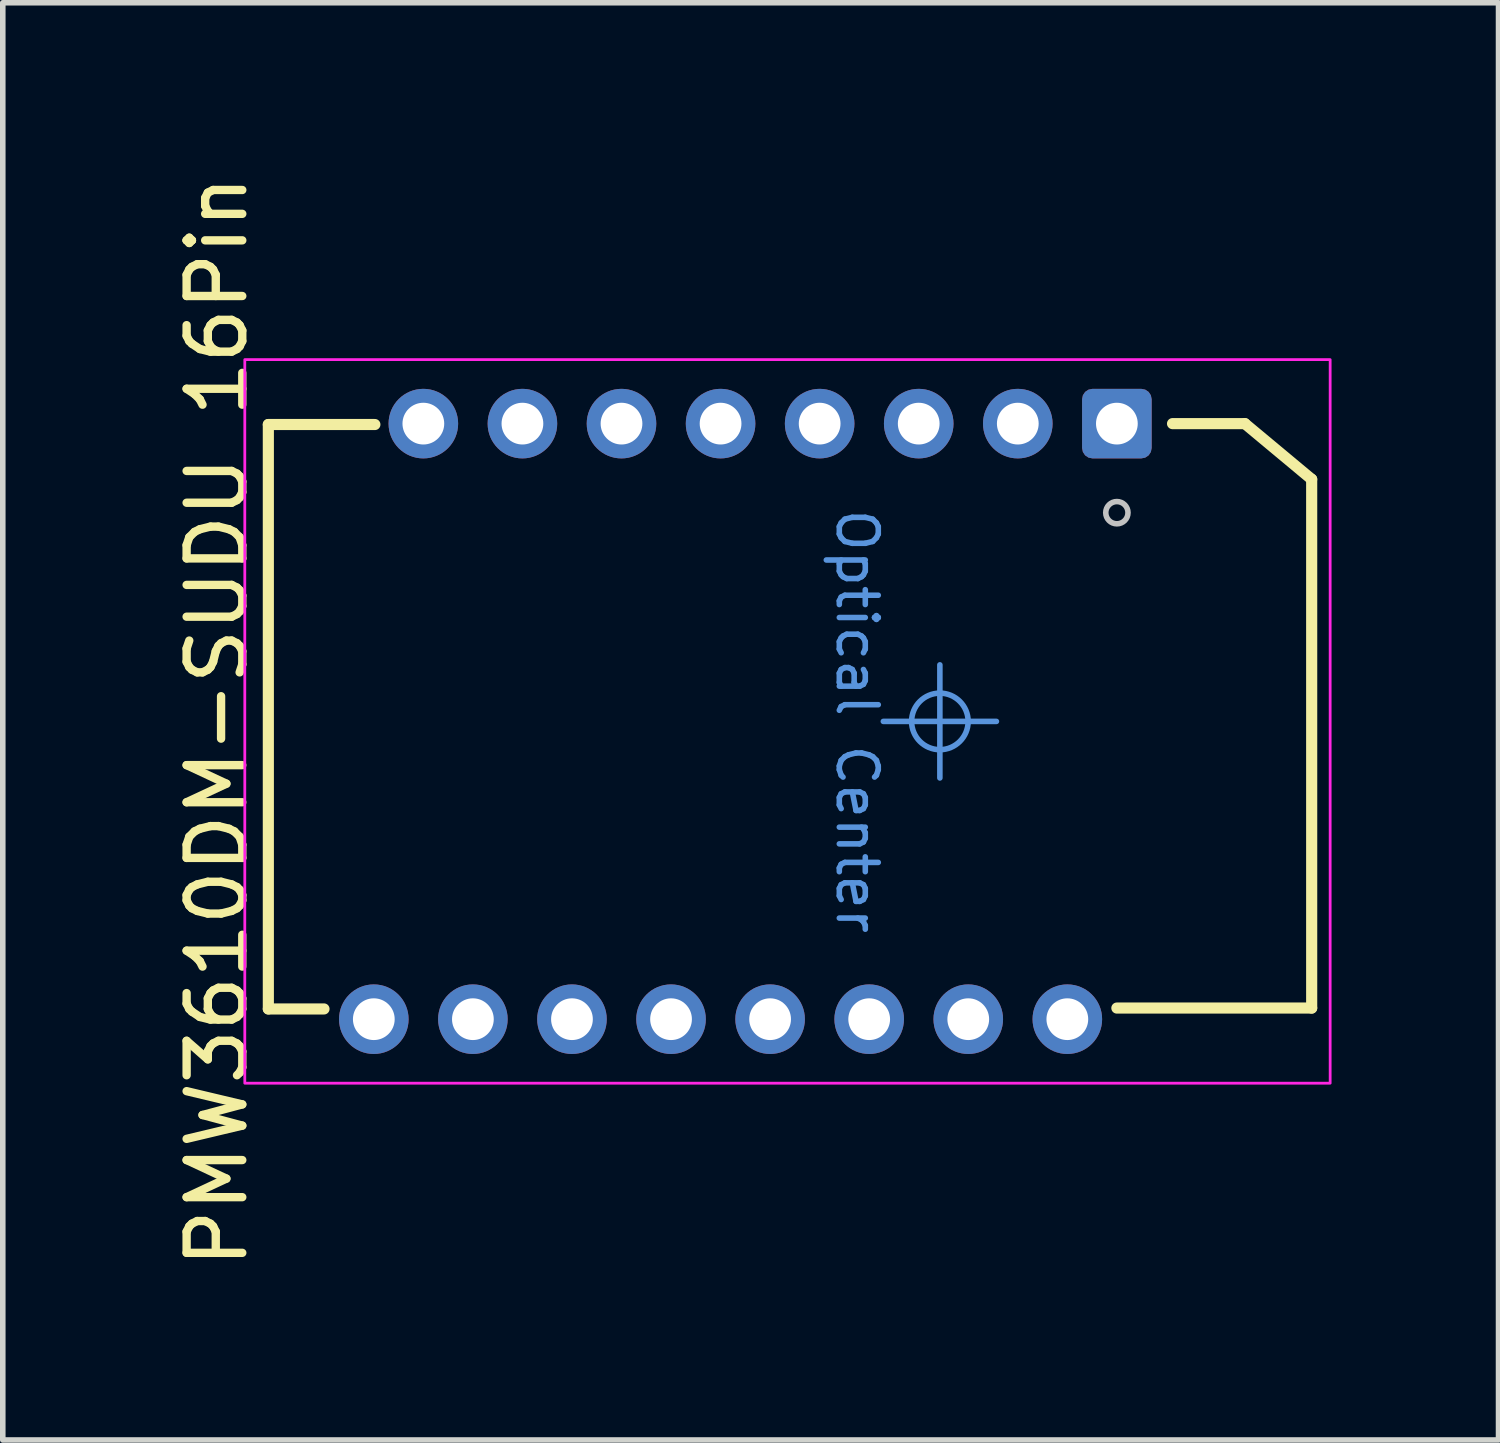
<source format=kicad_pcb>
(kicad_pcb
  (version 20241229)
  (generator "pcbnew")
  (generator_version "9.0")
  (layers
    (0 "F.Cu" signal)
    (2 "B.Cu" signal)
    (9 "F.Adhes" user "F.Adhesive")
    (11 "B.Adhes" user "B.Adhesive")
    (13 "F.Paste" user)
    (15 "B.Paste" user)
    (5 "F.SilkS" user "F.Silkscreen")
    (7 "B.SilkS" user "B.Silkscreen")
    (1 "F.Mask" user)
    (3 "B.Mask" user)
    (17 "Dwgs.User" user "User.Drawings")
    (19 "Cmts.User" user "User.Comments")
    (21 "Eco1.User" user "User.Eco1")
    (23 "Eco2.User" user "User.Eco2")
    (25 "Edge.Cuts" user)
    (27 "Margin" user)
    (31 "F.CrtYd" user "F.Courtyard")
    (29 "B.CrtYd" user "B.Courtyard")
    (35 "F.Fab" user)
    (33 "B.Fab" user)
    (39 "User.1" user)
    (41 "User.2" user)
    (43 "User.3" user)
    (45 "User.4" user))
  (footprint "PMW3610DM-SUDU 16Pin"
    (layer "F.Cu")
    (at 10.848 9.911)
    (property "Reference" "PMW3610DM-SUDU 16Pin" (at -10 0 270) (layer "F.SilkS") (effects (font (size 1 1) (thickness 0.15))))
    (attr through_hole)
    (fp_line (start -9.077 -5.334) (end -7.163 -5.334) (stroke (width 0.2) (type solid)) (layer "F.SilkS"))
    (fp_line (start -9.077 5.166) (end -9.077 -5.334) (stroke (width 0.2) (type solid)) (layer "F.SilkS"))
    (fp_line (start -9.077 5.166) (end -8.077 5.166) (stroke (width 0.2) (type solid)) (layer "F.SilkS"))
    (fp_line (start 7.168 -5.35) (end 8.468 -5.35) (stroke (width 0.2) (type solid)) (layer "F.SilkS"))
    (fp_line (start 8.468 -5.35) (end 9.668 -4.35) (stroke (width 0.2) (type solid)) (layer "F.SilkS"))
    (fp_line (start 9.668 -4.35) (end 9.668 5.15) (stroke (width 0.2) (type solid)) (layer "F.SilkS"))
    (fp_line (start 9.668 5.15) (end 6.168 5.15) (stroke (width 0.2) (type solid)) (layer "F.SilkS"))
    (fp_circle (center 6.168 -3.75) (end 6.368 -3.75) (stroke (width 0.1) (type solid)) (fill no) (layer "Dwgs.User"))
    (fp_line (start 2.988 1.016) (end 2.988 -1.016) (stroke (width 0.1) (type solid)) (layer "Cmts.User"))
    (fp_line (start 4.004 0) (end 1.972 0) (stroke (width 0.1) (type solid)) (layer "Cmts.User"))
    (fp_circle (center 2.988 0) (end 2.48 0) (stroke (width 0.1) (type solid)) (fill no) (layer "Cmts.User"))
    (fp_rect (start -9.5 6.5) (end 10 -6.5) (stroke (width 0.05) (type default)) (fill no) (layer "F.CrtYd"))
    (fp_text user "Optical Center" (at 1.5 0 270) (unlocked yes) (layer "Cmts.User") (effects (font (size 0.7 0.7) (thickness 0.1))))
    (pad "1" thru_hole roundrect (at 6.168 -5.35 180) (size 1.25 1.25) (drill 0.75) (layers "*.Cu" "*.Mask") (roundrect_rratio 0.15))
    (pad "2" thru_hole oval (at 4.388 -5.35 180) (size 1.25 1.25) (drill 0.75) (layers "*.Cu" "*.Mask"))
    (pad "3" thru_hole oval (at 2.608 -5.35 180) (size 1.25 1.25) (drill 0.75) (layers "*.Cu" "*.Mask"))
    (pad "4" thru_hole oval (at 0.828 -5.35 180) (size 1.25 1.25) (drill 0.75) (layers "*.Cu" "*.Mask"))
    (pad "5" thru_hole oval (at -0.952 -5.35 180) (size 1.25 1.25) (drill 0.75) (layers "*.Cu" "*.Mask"))
    (pad "6" thru_hole oval (at -2.732 -5.35 180) (size 1.25 1.25) (drill 0.75) (layers "*.Cu" "*.Mask"))
    (pad "7" thru_hole oval (at -4.512 -5.35 180) (size 1.25 1.25) (drill 0.75) (layers "*.Cu" "*.Mask"))
    (pad "8" thru_hole oval (at -6.292 -5.35 180) (size 1.25 1.25) (drill 0.75) (layers "*.Cu" "*.Mask"))
    (pad "9" thru_hole oval (at -7.182 5.35 180) (size 1.25 1.25) (drill 0.75) (layers "*.Cu" "*.Mask"))
    (pad "10" thru_hole oval (at -5.402 5.35 180) (size 1.25 1.25) (drill 0.75) (layers "*.Cu" "*.Mask"))
    (pad "11" thru_hole oval (at -3.622 5.35 180) (size 1.25 1.25) (drill 0.75) (layers "*.Cu" "*.Mask"))
    (pad "12" thru_hole oval (at -1.842 5.35 180) (size 1.25 1.25) (drill 0.75) (layers "*.Cu" "*.Mask"))
    (pad "13" thru_hole oval (at -0.062 5.35 180) (size 1.25 1.25) (drill 0.75) (layers "*.Cu" "*.Mask"))
    (pad "14" thru_hole oval (at 1.718 5.35 180) (size 1.25 1.25) (drill 0.75) (layers "*.Cu" "*.Mask"))
    (pad "15" thru_hole oval (at 3.498 5.35 180) (size 1.25 1.25) (drill 0.75) (layers "*.Cu" "*.Mask"))
    (pad "16" thru_hole oval (at 5.278 5.35 180) (size 1.25 1.25) (drill 0.75) (layers "*.Cu" "*.Mask")))
  (gr_rect
    (start -3 -3)
    (end 23.873 22.821)
    (stroke (width 0.1) (type default))
    (fill no)
    (layer "Edge.Cuts")))
</source>
